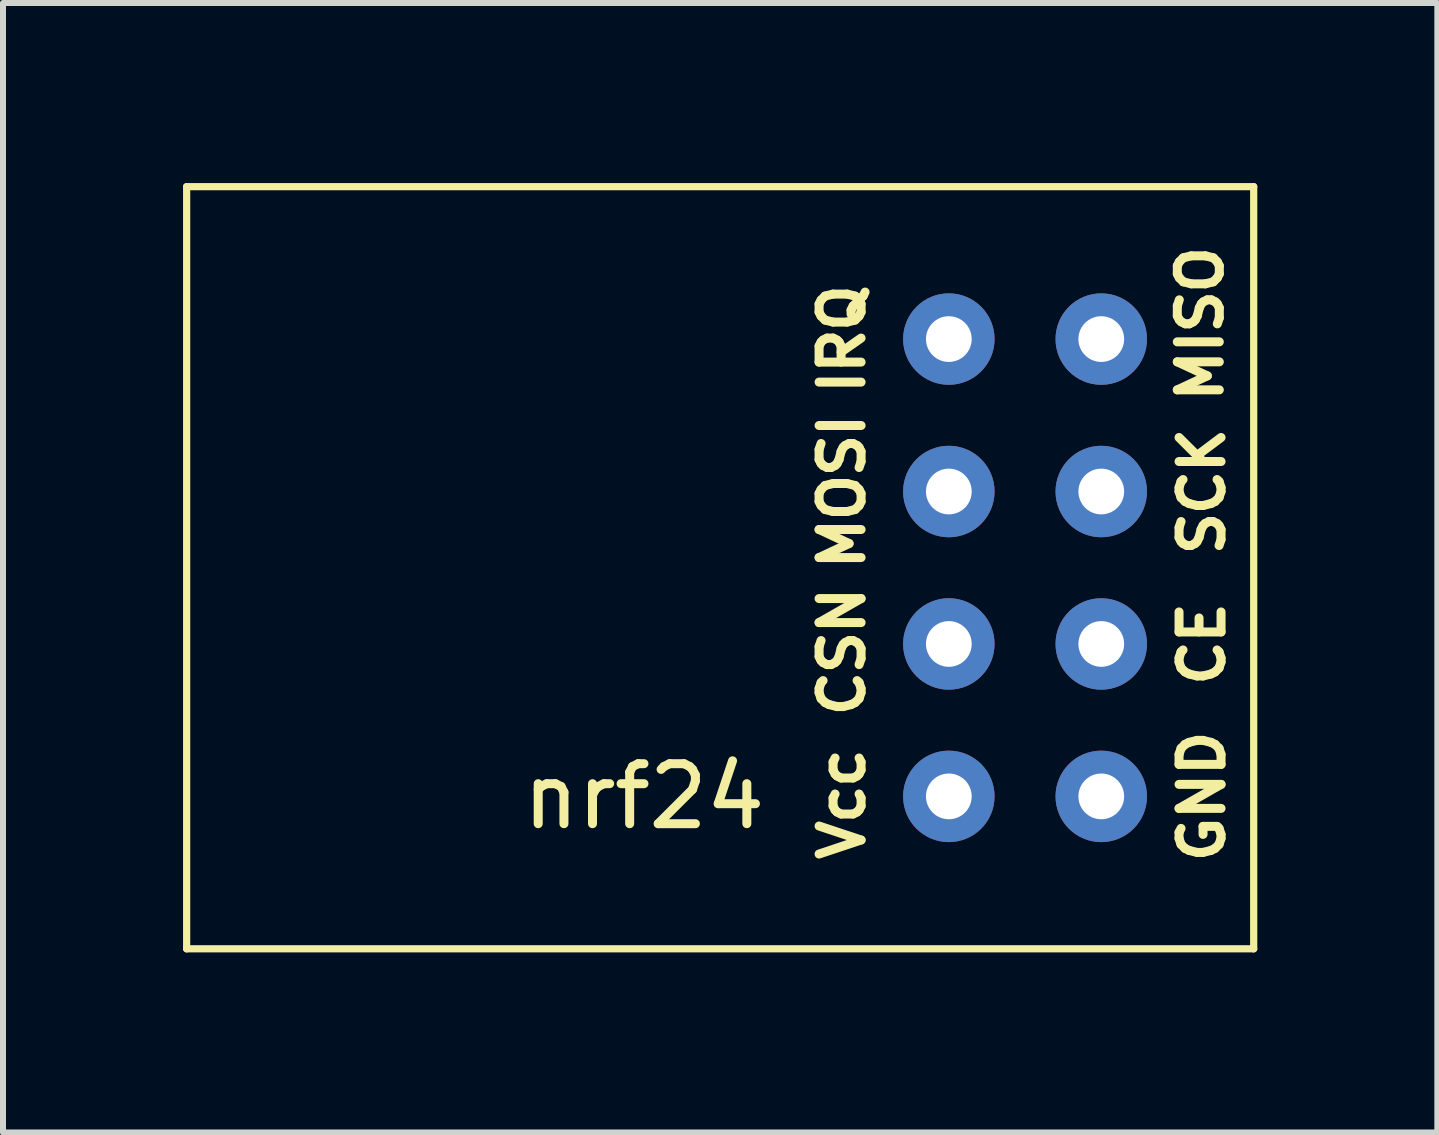
<source format=kicad_pcb>
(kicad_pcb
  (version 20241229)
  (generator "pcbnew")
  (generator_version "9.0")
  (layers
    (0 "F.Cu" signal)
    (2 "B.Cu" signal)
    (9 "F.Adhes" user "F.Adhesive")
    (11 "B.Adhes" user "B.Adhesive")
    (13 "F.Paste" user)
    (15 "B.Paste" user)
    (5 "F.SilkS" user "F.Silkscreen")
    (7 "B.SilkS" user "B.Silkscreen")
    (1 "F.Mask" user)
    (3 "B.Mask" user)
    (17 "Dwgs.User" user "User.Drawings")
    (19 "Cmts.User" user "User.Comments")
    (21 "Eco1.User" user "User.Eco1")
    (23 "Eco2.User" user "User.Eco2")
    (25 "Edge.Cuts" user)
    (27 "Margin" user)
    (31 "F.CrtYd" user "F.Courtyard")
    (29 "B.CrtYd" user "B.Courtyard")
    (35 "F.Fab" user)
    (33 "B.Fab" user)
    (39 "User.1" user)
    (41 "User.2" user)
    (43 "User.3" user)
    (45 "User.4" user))
  (footprint "nrf24"
    (layer "F.Cu")
    (at 7.68 5.14)
    (property "Reference" "nrf24" (at 0 5.08 0) (layer "F.SilkS") (effects (font (size 1 1) (thickness 0.15))))
    (attr through_hole)
    (fp_line (start -7.62 -5.08) (end -7.62 7.62) (stroke (width 0.12) (type solid)) (layer "F.SilkS"))
    (fp_line (start -7.62 7.62) (end 10.16 7.62) (stroke (width 0.12) (type solid)) (layer "F.SilkS"))
    (fp_line (start 10.16 -5.08) (end -7.62 -5.08) (stroke (width 0.12) (type solid)) (layer "F.SilkS"))
    (fp_line (start 10.16 7.62) (end 10.16 -5.08) (stroke (width 0.12) (type solid)) (layer "F.SilkS"))
    (fp_text user "Vcc" (at 3.302 5.207 90) (layer "F.SilkS") (effects (font (size 0.7 0.7) (thickness 0.15))))
    (fp_text user "CSN" (at 3.302 2.667 90) (layer "F.SilkS") (effects (font (size 0.7 0.7) (thickness 0.15))))
    (fp_text user "MOSI" (at 3.302 0 90) (layer "F.SilkS") (effects (font (size 0.7 0.7) (thickness 0.15))))
    (fp_text user "IRQ" (at 3.302 -2.54 90) (layer "F.SilkS") (effects (font (size 0.7 0.7) (thickness 0.15))))
    (fp_text user "CE" (at 9.3 2.54 90) (layer "F.SilkS") (effects (font (size 0.7 0.7) (thickness 0.15))))
    (fp_text user "SCK" (at 9.3 0 90) (layer "F.SilkS") (effects (font (size 0.7 0.7) (thickness 0.15))))
    (fp_text user "MISO" (at 9.271 -2.794 90) (layer "F.SilkS") (effects (font (size 0.7 0.7) (thickness 0.15))))
    (fp_text user "GND" (at 9.3 5.08 90) (layer "F.SilkS") (effects (font (size 0.7 0.7) (thickness 0.15))))
    (pad "0" thru_hole circle (at 7.62 5.08) (size 1.524 1.524) (drill 0.762) (layers "*.Cu" "*.Mask"))
    (pad "1" thru_hole circle (at 7.62 2.54) (size 1.524 1.524) (drill 0.762) (layers "*.Cu" "*.Mask"))
    (pad "2" thru_hole circle (at 7.62 0) (size 1.524 1.524) (drill 0.762) (layers "*.Cu" "*.Mask"))
    (pad "3" thru_hole circle (at 7.62 -2.54) (size 1.524 1.524) (drill 0.762) (layers "*.Cu" "*.Mask"))
    (pad "4" thru_hole circle (at 5.08 -2.54) (size 1.524 1.524) (drill 0.762) (layers "*.Cu" "*.Mask"))
    (pad "5" thru_hole circle (at 5.08 0) (size 1.524 1.524) (drill 0.762) (layers "*.Cu" "*.Mask"))
    (pad "6" thru_hole circle (at 5.08 2.54 90) (size 1.524 1.524) (drill 0.762) (layers "*.Cu" "*.Mask"))
    (pad "7" thru_hole circle (at 5.08 5.08) (size 1.524 1.524) (drill 0.762) (layers "*.Cu" "*.Mask")))
  (gr_rect
    (start -3 -3)
    (end 20.9 15.82)
    (stroke (width 0.1) (type default))
    (fill no)
    (layer "Edge.Cuts")))
</source>
